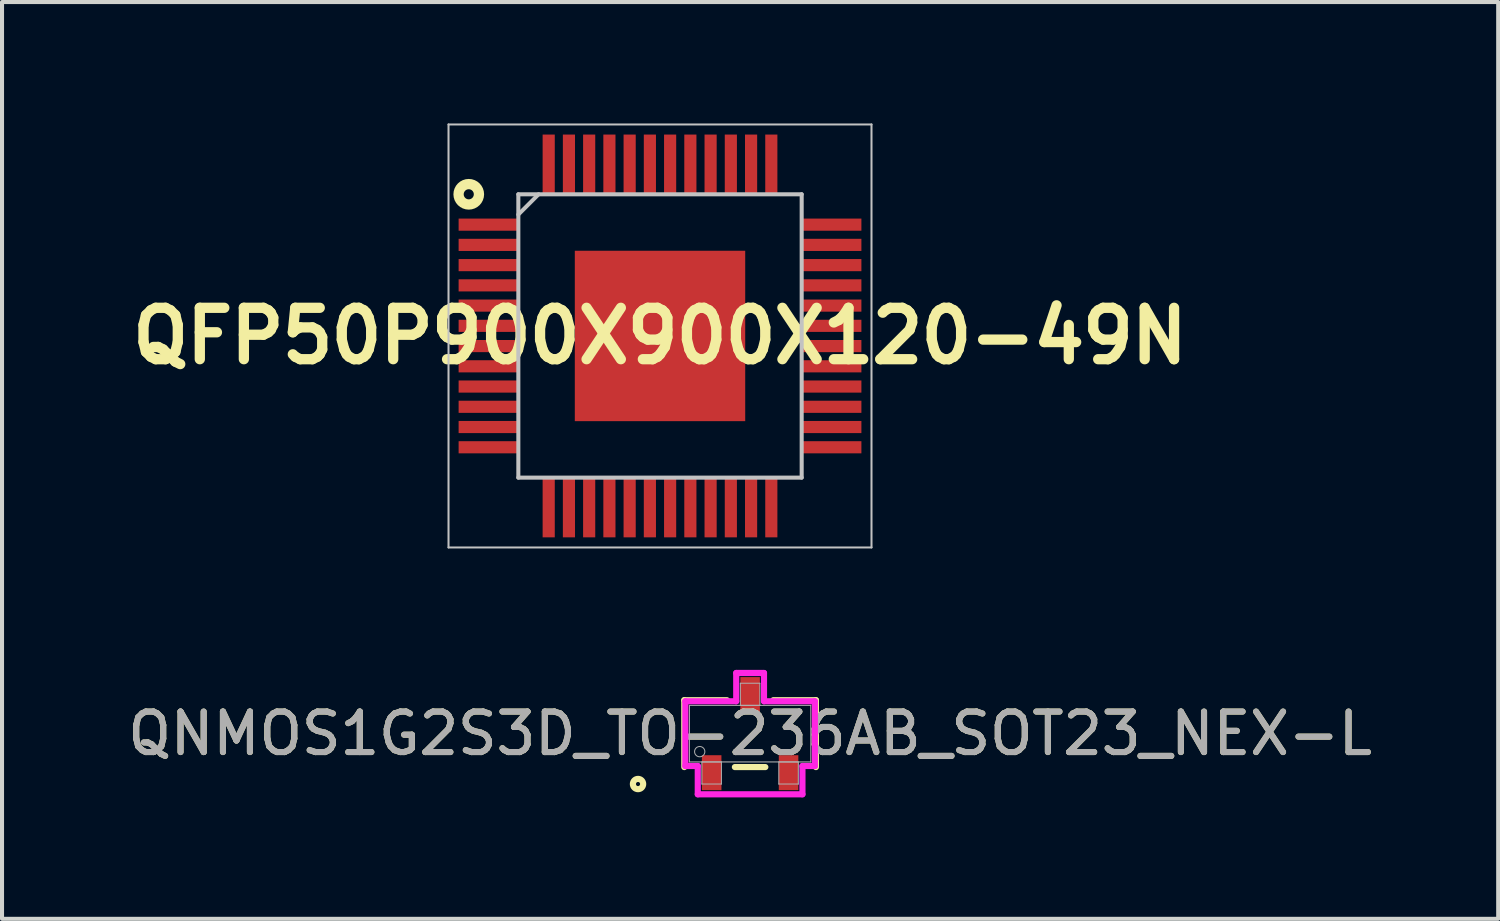
<source format=kicad_pcb>
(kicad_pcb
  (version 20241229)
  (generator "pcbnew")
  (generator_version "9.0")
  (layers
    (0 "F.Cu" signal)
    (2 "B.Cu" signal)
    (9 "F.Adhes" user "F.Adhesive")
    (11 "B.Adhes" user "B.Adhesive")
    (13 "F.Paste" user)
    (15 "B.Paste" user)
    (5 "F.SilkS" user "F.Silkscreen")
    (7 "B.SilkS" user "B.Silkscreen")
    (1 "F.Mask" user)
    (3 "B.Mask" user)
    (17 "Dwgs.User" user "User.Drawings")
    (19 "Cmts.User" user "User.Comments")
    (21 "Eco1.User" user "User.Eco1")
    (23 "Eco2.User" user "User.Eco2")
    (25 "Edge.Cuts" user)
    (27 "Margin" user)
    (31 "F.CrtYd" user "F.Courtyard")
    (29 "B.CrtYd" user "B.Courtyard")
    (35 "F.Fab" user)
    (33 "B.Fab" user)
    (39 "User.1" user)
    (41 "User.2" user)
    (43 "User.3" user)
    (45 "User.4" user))
  (footprint "QFP50P900X900X120-49N"
    (layer "F.Cu")
    (at 13.256 5.25)
    (property "Reference" "QFP50P900X900X120-49N" (at 0 0 0) (layer "F.SilkS") (effects (font (size 1.27 1.27) (thickness 0.254))))
    (attr smd)
    (fp_circle (center -4.725 -3.5) (end -4.85 -3.5) (stroke (width 0.254) (type solid)) (fill no) (layer "F.SilkS"))
    (fp_line (start -5.225 -5.225) (end 5.225 -5.225) (stroke (width 0.05) (type solid)) (layer "Dwgs.User"))
    (fp_line (start -5.225 5.225) (end -5.225 -5.225) (stroke (width 0.05) (type solid)) (layer "Dwgs.User"))
    (fp_line (start -3.5 -3.5) (end 3.5 -3.5) (stroke (width 0.1) (type solid)) (layer "Dwgs.User"))
    (fp_line (start -3.5 -3) (end -3 -3.5) (stroke (width 0.1) (type solid)) (layer "Dwgs.User"))
    (fp_line (start -3.5 3.5) (end -3.5 -3.5) (stroke (width 0.1) (type solid)) (layer "Dwgs.User"))
    (fp_line (start 3.5 -3.5) (end 3.5 3.5) (stroke (width 0.1) (type solid)) (layer "Dwgs.User"))
    (fp_line (start 3.5 3.5) (end -3.5 3.5) (stroke (width 0.1) (type solid)) (layer "Dwgs.User"))
    (fp_line (start 5.225 -5.225) (end 5.225 5.225) (stroke (width 0.05) (type solid)) (layer "Dwgs.User"))
    (fp_line (start 5.225 5.225) (end -5.225 5.225) (stroke (width 0.05) (type solid)) (layer "Dwgs.User"))
    (pad "1" smd rect (at -4.238 -2.75 90) (size 0.3 1.475) (layers "F.Cu" "F.Mask" "F.Paste"))
    (pad "2" smd rect (at -4.238 -2.25 90) (size 0.3 1.475) (layers "F.Cu" "F.Mask" "F.Paste"))
    (pad "3" smd rect (at -4.238 -1.75 90) (size 0.3 1.475) (layers "F.Cu" "F.Mask" "F.Paste"))
    (pad "4" smd rect (at -4.238 -1.25 90) (size 0.3 1.475) (layers "F.Cu" "F.Mask" "F.Paste"))
    (pad "5" smd rect (at -4.238 -0.75 90) (size 0.3 1.475) (layers "F.Cu" "F.Mask" "F.Paste"))
    (pad "6" smd rect (at -4.238 -0.25 90) (size 0.3 1.475) (layers "F.Cu" "F.Mask" "F.Paste"))
    (pad "7" smd rect (at -4.238 0.25 90) (size 0.3 1.475) (layers "F.Cu" "F.Mask" "F.Paste"))
    (pad "8" smd rect (at -4.238 0.75 90) (size 0.3 1.475) (layers "F.Cu" "F.Mask" "F.Paste"))
    (pad "9" smd rect (at -4.238 1.25 90) (size 0.3 1.475) (layers "F.Cu" "F.Mask" "F.Paste"))
    (pad "10" smd rect (at -4.238 1.75 90) (size 0.3 1.475) (layers "F.Cu" "F.Mask" "F.Paste"))
    (pad "11" smd rect (at -4.238 2.25 90) (size 0.3 1.475) (layers "F.Cu" "F.Mask" "F.Paste"))
    (pad "12" smd rect (at -4.238 2.75 90) (size 0.3 1.475) (layers "F.Cu" "F.Mask" "F.Paste"))
    (pad "13" smd rect (at -2.75 4.238) (size 0.3 1.475) (layers "F.Cu" "F.Mask" "F.Paste"))
    (pad "14" smd rect (at -2.25 4.238) (size 0.3 1.475) (layers "F.Cu" "F.Mask" "F.Paste"))
    (pad "15" smd rect (at -1.75 4.238) (size 0.3 1.475) (layers "F.Cu" "F.Mask" "F.Paste"))
    (pad "16" smd rect (at -1.25 4.238) (size 0.3 1.475) (layers "F.Cu" "F.Mask" "F.Paste"))
    (pad "17" smd rect (at -0.75 4.238) (size 0.3 1.475) (layers "F.Cu" "F.Mask" "F.Paste"))
    (pad "18" smd rect (at -0.25 4.238) (size 0.3 1.475) (layers "F.Cu" "F.Mask" "F.Paste"))
    (pad "19" smd rect (at 0.25 4.238) (size 0.3 1.475) (layers "F.Cu" "F.Mask" "F.Paste"))
    (pad "20" smd rect (at 0.75 4.238) (size 0.3 1.475) (layers "F.Cu" "F.Mask" "F.Paste"))
    (pad "21" smd rect (at 1.25 4.238) (size 0.3 1.475) (layers "F.Cu" "F.Mask" "F.Paste"))
    (pad "22" smd rect (at 1.75 4.238) (size 0.3 1.475) (layers "F.Cu" "F.Mask" "F.Paste"))
    (pad "23" smd rect (at 2.25 4.238) (size 0.3 1.475) (layers "F.Cu" "F.Mask" "F.Paste"))
    (pad "24" smd rect (at 2.75 4.238) (size 0.3 1.475) (layers "F.Cu" "F.Mask" "F.Paste"))
    (pad "25" smd rect (at 4.238 2.75 90) (size 0.3 1.475) (layers "F.Cu" "F.Mask" "F.Paste"))
    (pad "26" smd rect (at 4.238 2.25 90) (size 0.3 1.475) (layers "F.Cu" "F.Mask" "F.Paste"))
    (pad "27" smd rect (at 4.238 1.75 90) (size 0.3 1.475) (layers "F.Cu" "F.Mask" "F.Paste"))
    (pad "28" smd rect (at 4.238 1.25 90) (size 0.3 1.475) (layers "F.Cu" "F.Mask" "F.Paste"))
    (pad "29" smd rect (at 4.238 0.75 90) (size 0.3 1.475) (layers "F.Cu" "F.Mask" "F.Paste"))
    (pad "30" smd rect (at 4.238 0.25 90) (size 0.3 1.475) (layers "F.Cu" "F.Mask" "F.Paste"))
    (pad "31" smd rect (at 4.238 -0.25 90) (size 0.3 1.475) (layers "F.Cu" "F.Mask" "F.Paste"))
    (pad "32" smd rect (at 4.238 -0.75 90) (size 0.3 1.475) (layers "F.Cu" "F.Mask" "F.Paste"))
    (pad "33" smd rect (at 4.238 -1.25 90) (size 0.3 1.475) (layers "F.Cu" "F.Mask" "F.Paste"))
    (pad "34" smd rect (at 4.238 -1.75 90) (size 0.3 1.475) (layers "F.Cu" "F.Mask" "F.Paste"))
    (pad "35" smd rect (at 4.238 -2.25 90) (size 0.3 1.475) (layers "F.Cu" "F.Mask" "F.Paste"))
    (pad "36" smd rect (at 4.238 -2.75 90) (size 0.3 1.475) (layers "F.Cu" "F.Mask" "F.Paste"))
    (pad "37" smd rect (at 2.75 -4.238) (size 0.3 1.475) (layers "F.Cu" "F.Mask" "F.Paste"))
    (pad "38" smd rect (at 2.25 -4.238) (size 0.3 1.475) (layers "F.Cu" "F.Mask" "F.Paste"))
    (pad "39" smd rect (at 1.75 -4.238) (size 0.3 1.475) (layers "F.Cu" "F.Mask" "F.Paste"))
    (pad "40" smd rect (at 1.25 -4.238) (size 0.3 1.475) (layers "F.Cu" "F.Mask" "F.Paste"))
    (pad "41" smd rect (at 0.75 -4.238) (size 0.3 1.475) (layers "F.Cu" "F.Mask" "F.Paste"))
    (pad "42" smd rect (at 0.25 -4.238) (size 0.3 1.475) (layers "F.Cu" "F.Mask" "F.Paste"))
    (pad "43" smd rect (at -0.25 -4.238) (size 0.3 1.475) (layers "F.Cu" "F.Mask" "F.Paste"))
    (pad "44" smd rect (at -0.75 -4.238) (size 0.3 1.475) (layers "F.Cu" "F.Mask" "F.Paste"))
    (pad "45" smd rect (at -1.25 -4.238) (size 0.3 1.475) (layers "F.Cu" "F.Mask" "F.Paste"))
    (pad "46" smd rect (at -1.75 -4.238) (size 0.3 1.475) (layers "F.Cu" "F.Mask" "F.Paste"))
    (pad "47" smd rect (at -2.25 -4.238) (size 0.3 1.475) (layers "F.Cu" "F.Mask" "F.Paste"))
    (pad "48" smd rect (at -2.75 -4.238) (size 0.3 1.475) (layers "F.Cu" "F.Mask" "F.Paste"))
    (pad "49" smd rect (at 0 0) (size 4.21 4.21) (layers "F.Cu" "F.Mask" "F.Paste")))
  (footprint "QNMOS1G2S3D_TO-236AB_SOT23_NEX-L"
    (layer "F.Cu")
    (at 15.482 15.075)
    (property "Reference" "QNMOS1G2S3D_TO-236AB_SOT23_NEX-L" (at 0 0 0) (unlocked yes) (layer "F.SilkS") (effects (font (size 1 1) (thickness 0.15))))
    (attr smd)
    (fp_line (start -1.626 -0.826) (end -1.626 0.826) (stroke (width 0.152) (type solid)) (layer "F.SilkS"))
    (fp_line (start -0.574 -0.826) (end -1.626 -0.826) (stroke (width 0.152) (type solid)) (layer "F.SilkS"))
    (fp_line (start -0.376 0.826) (end 0.376 0.826) (stroke (width 0.152) (type solid)) (layer "F.SilkS"))
    (fp_line (start 1.626 -0.826) (end 0.574 -0.826) (stroke (width 0.152) (type solid)) (layer "F.SilkS"))
    (fp_line (start 1.626 0.826) (end 1.626 -0.826) (stroke (width 0.152) (type solid)) (layer "F.SilkS"))
    (fp_circle (center -2.769 1.245) (end -2.642 1.245) (stroke (width 0.152) (type solid)) (fill no) (layer "F.SilkS"))
    (fp_line (start -1.6 -0.8) (end -0.343 -0.8) (stroke (width 0.152) (type solid)) (layer "F.CrtYd"))
    (fp_line (start -1.6 0.8) (end -1.6 -0.8) (stroke (width 0.152) (type solid)) (layer "F.CrtYd"))
    (fp_line (start -1.6 0.8) (end -1.293 0.8) (stroke (width 0.152) (type solid)) (layer "F.CrtYd"))
    (fp_line (start -1.293 0.8) (end -1.293 1.499) (stroke (width 0.152) (type solid)) (layer "F.CrtYd"))
    (fp_line (start -1.293 1.499) (end 1.293 1.499) (stroke (width 0.152) (type solid)) (layer "F.CrtYd"))
    (fp_line (start -0.343 -1.499) (end 0.343 -1.499) (stroke (width 0.152) (type solid)) (layer "F.CrtYd"))
    (fp_line (start -0.343 -0.8) (end -0.343 -1.499) (stroke (width 0.152) (type solid)) (layer "F.CrtYd"))
    (fp_line (start 0.343 -0.8) (end 0.343 -1.499) (stroke (width 0.152) (type solid)) (layer "F.CrtYd"))
    (fp_line (start 1.293 0.8) (end 1.293 1.499) (stroke (width 0.152) (type solid)) (layer "F.CrtYd"))
    (fp_line (start 1.6 -0.8) (end 0.343 -0.8) (stroke (width 0.152) (type solid)) (layer "F.CrtYd"))
    (fp_line (start 1.6 -0.8) (end 1.6 0.8) (stroke (width 0.152) (type solid)) (layer "F.CrtYd"))
    (fp_line (start 1.6 0.8) (end 1.293 0.8) (stroke (width 0.152) (type solid)) (layer "F.CrtYd"))
    (fp_line (start -1.499 -0.699) (end -1.499 0.699) (stroke (width 0.025) (type solid)) (layer "F.Fab"))
    (fp_line (start -1.499 0.699) (end 1.499 0.699) (stroke (width 0.025) (type solid)) (layer "F.Fab"))
    (fp_line (start -1.191 0.699) (end -1.191 1.245) (stroke (width 0.025) (type solid)) (layer "F.Fab"))
    (fp_line (start -1.191 1.245) (end -0.709 1.245) (stroke (width 0.025) (type solid)) (layer "F.Fab"))
    (fp_line (start -0.709 0.699) (end -1.191 0.699) (stroke (width 0.025) (type solid)) (layer "F.Fab"))
    (fp_line (start -0.709 1.245) (end -0.709 0.699) (stroke (width 0.025) (type solid)) (layer "F.Fab"))
    (fp_line (start -0.241 -1.245) (end -0.241 -0.699) (stroke (width 0.025) (type solid)) (layer "F.Fab"))
    (fp_line (start -0.241 -0.699) (end 0.241 -0.699) (stroke (width 0.025) (type solid)) (layer "F.Fab"))
    (fp_line (start 0.241 -1.245) (end -0.241 -1.245) (stroke (width 0.025) (type solid)) (layer "F.Fab"))
    (fp_line (start 0.241 -0.699) (end 0.241 -1.245) (stroke (width 0.025) (type solid)) (layer "F.Fab"))
    (fp_line (start 0.709 0.699) (end 0.709 1.245) (stroke (width 0.025) (type solid)) (layer "F.Fab"))
    (fp_line (start 0.709 1.245) (end 1.191 1.245) (stroke (width 0.025) (type solid)) (layer "F.Fab"))
    (fp_line (start 1.191 0.699) (end 0.709 0.699) (stroke (width 0.025) (type solid)) (layer "F.Fab"))
    (fp_line (start 1.191 1.245) (end 1.191 0.699) (stroke (width 0.025) (type solid)) (layer "F.Fab"))
    (fp_line (start 1.499 -0.699) (end -1.499 -0.699) (stroke (width 0.025) (type solid)) (layer "F.Fab"))
    (fp_line (start 1.499 0.699) (end 1.499 -0.699) (stroke (width 0.025) (type solid)) (layer "F.Fab"))
    (fp_circle (center -1.245 0.445) (end -1.118 0.445) (stroke (width 0.025) (type solid)) (fill no) (layer "F.Fab"))
    (fp_text user "${REFERENCE}" (at 0 0 0) (unlocked yes) (layer "F.Fab") (effects (font (size 1 1) (thickness 0.15))))
    (pad "1" smd rect (at -0.95 0.965) (size 0.483 0.864) (layers "F.Cu" "F.Mask" "F.Paste"))
    (pad "2" smd rect (at 0.95 0.965) (size 0.483 0.864) (layers "F.Cu" "F.Mask" "F.Paste"))
    (pad "3" smd rect (at 0 -0.965) (size 0.483 0.864) (layers "F.Cu" "F.Mask" "F.Paste")))
  (gr_rect
    (start -3 -3)
    (end 33.964 19.65)
    (stroke (width 0.1) (type default))
    (fill no)
    (layer "Edge.Cuts")))
</source>
